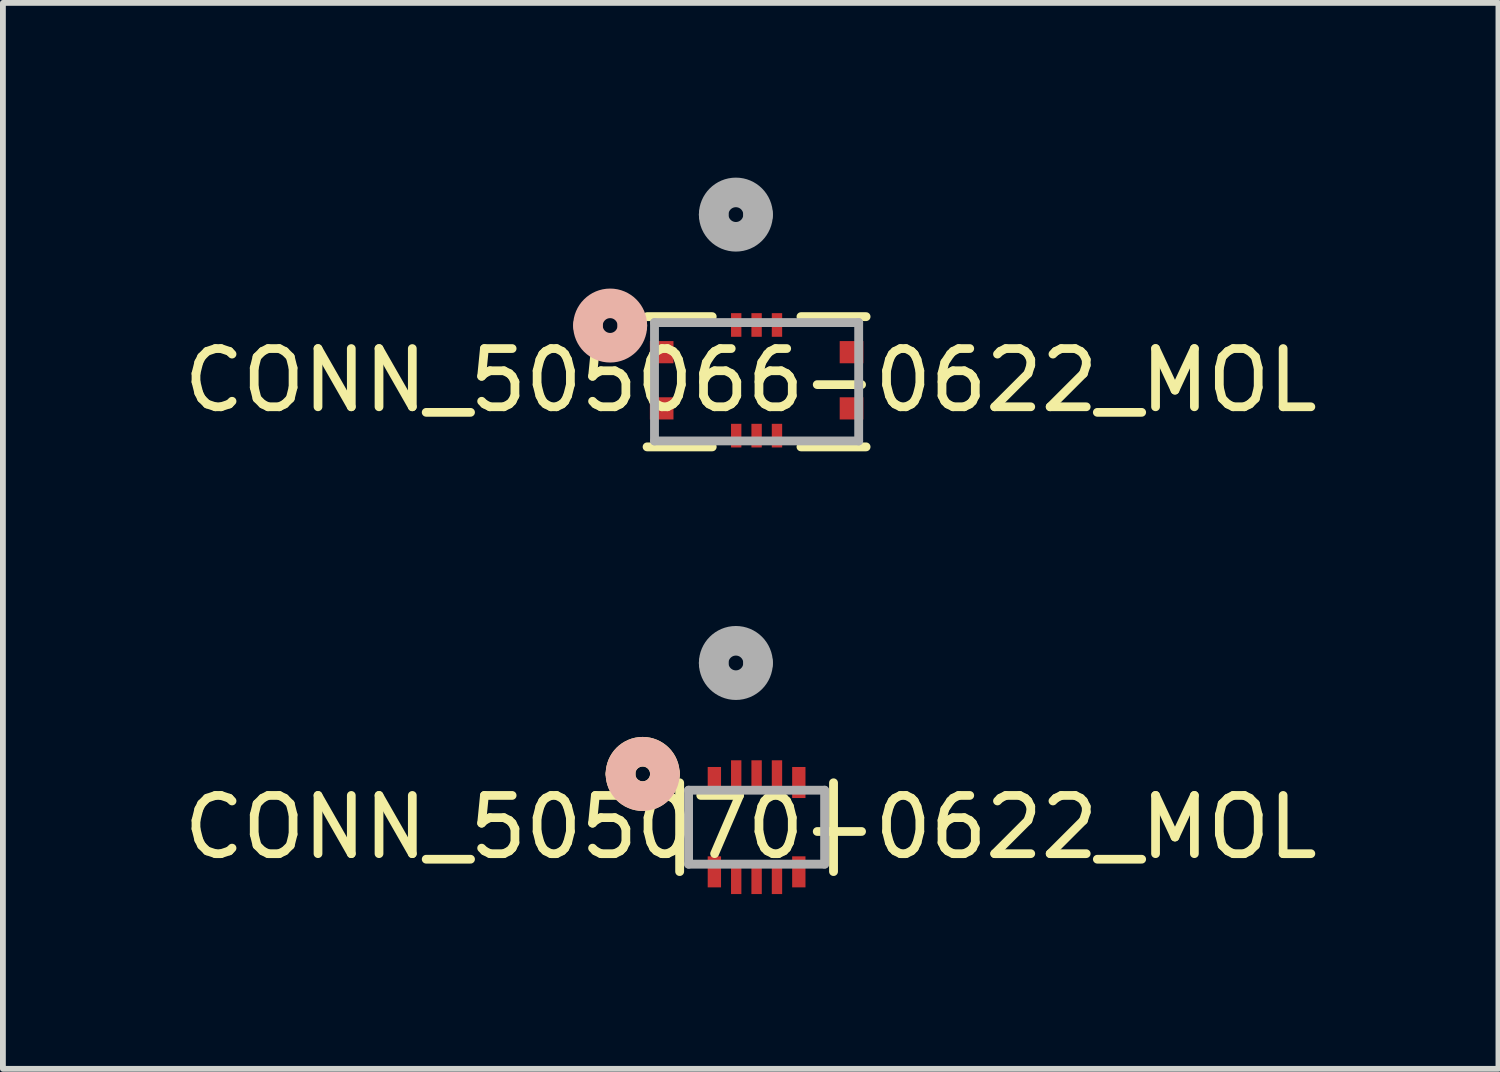
<source format=kicad_pcb>
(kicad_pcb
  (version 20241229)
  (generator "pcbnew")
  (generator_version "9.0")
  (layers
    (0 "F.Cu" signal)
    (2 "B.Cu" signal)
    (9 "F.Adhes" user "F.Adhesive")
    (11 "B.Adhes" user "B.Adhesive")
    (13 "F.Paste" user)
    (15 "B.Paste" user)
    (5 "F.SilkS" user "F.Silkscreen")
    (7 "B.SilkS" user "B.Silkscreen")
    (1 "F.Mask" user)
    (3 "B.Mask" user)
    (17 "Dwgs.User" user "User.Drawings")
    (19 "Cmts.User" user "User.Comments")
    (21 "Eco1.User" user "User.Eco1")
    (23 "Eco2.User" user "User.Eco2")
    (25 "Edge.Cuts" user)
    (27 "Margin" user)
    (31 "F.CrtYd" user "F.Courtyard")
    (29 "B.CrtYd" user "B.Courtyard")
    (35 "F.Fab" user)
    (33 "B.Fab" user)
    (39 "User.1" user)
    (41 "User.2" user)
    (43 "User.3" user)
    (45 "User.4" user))
  (footprint "CONN_505066-0622_MOL"
    (layer "F.Cu")
    (at 9.941 3.505)
    (property "Reference" "CONN_505066-0622_MOL" (at -0.102 -0.025 0) (layer "F.SilkS") (effects (font (size 1 1) (thickness 0.15))))
    (attr smd)
    (fp_line (start -1.88 1.118) (end -0.762 1.118) (stroke (width 0.152) (type solid)) (layer "F.SilkS"))
    (fp_line (start -0.762 -1.118) (end -1.88 -1.118) (stroke (width 0.152) (type solid)) (layer "F.SilkS"))
    (fp_line (start 0.762 1.118) (end 1.88 1.118) (stroke (width 0.152) (type solid)) (layer "F.SilkS"))
    (fp_line (start 1.88 -1.118) (end 0.762 -1.118) (stroke (width 0.152) (type solid)) (layer "F.SilkS"))
    (fp_arc (start -2.3368 -0.635) (mid -2.859318 -1.101374) (end -2.159 -1.0922) (stroke (width 0.1524) (type solid)) (layer "F.SilkS"))
    (fp_arc (start -2.8956 -0.9652) (mid -2.5146 -1.3462) (end -2.1336 -0.9652) (stroke (width 0.508) (type solid)) (layer "B.SilkS"))
    (fp_arc (start -2.1336 -0.9652) (mid -2.5146 -0.5842) (end -2.8956 -0.9652) (stroke (width 0.508) (type solid)) (layer "B.SilkS"))
    (fp_line (start -1.753 -1.016) (end -1.753 1.016) (stroke (width 0.152) (type solid)) (layer "F.Fab"))
    (fp_line (start -1.753 1.016) (end 1.753 1.016) (stroke (width 0.152) (type solid)) (layer "F.Fab"))
    (fp_line (start 1.753 -1.016) (end -1.753 -1.016) (stroke (width 0.152) (type solid)) (layer "F.Fab"))
    (fp_line (start 1.753 1.016) (end 1.753 -1.016) (stroke (width 0.152) (type solid)) (layer "F.Fab"))
    (fp_arc (start -0.7366 -2.8702) (mid -0.3556 -3.2512) (end 0.0254 -2.8702) (stroke (width 0.508) (type solid)) (layer "F.Fab"))
    (fp_arc (start 0.0254 -2.8702) (mid -0.3556 -2.4892) (end -0.7366 -2.8702) (stroke (width 0.508) (type solid)) (layer "F.Fab"))
    (pad "1" smd rect (at -0.35 -0.975) (size 0.178 0.406) (layers "F.Cu" "F.Mask" "F.Paste"))
    (pad "2" smd rect (at -0.35 0.925) (size 0.178 0.406) (layers "F.Cu" "F.Mask" "F.Paste"))
    (pad "3" smd rect (at 0 -0.975) (size 0.178 0.406) (layers "F.Cu" "F.Mask" "F.Paste"))
    (pad "4" smd rect (at 0 0.925) (size 0.178 0.406) (layers "F.Cu" "F.Mask" "F.Paste"))
    (pad "5" smd rect (at 0.35 -0.975) (size 0.178 0.406) (layers "F.Cu" "F.Mask" "F.Paste"))
    (pad "6" smd rect (at 0.35 0.925) (size 0.178 0.406) (layers "F.Cu" "F.Mask" "F.Paste"))
    (pad "7" smd rect (at -1.63 -0.508) (size 0.406 0.381) (layers "F.Cu" "F.Mask" "F.Paste"))
    (pad "8" smd rect (at 1.63 -0.508) (size 0.406 0.381) (layers "F.Cu" "F.Mask" "F.Paste"))
    (pad "9" smd rect (at -1.63 0.457) (size 0.406 0.381) (layers "F.Cu" "F.Mask" "F.Paste"))
    (pad "10" smd rect (at 1.63 0.457) (size 0.406 0.381) (layers "F.Cu" "F.Mask" "F.Paste")))
  (footprint "CONN_505070-0622_MOL"
    (layer "F.Cu")
    (at 9.941 11.153)
    (property "Reference" "CONN_505070-0622_MOL" (at -0.102 0 0) (layer "F.SilkS") (effects (font (size 1 1) (thickness 0.15))))
    (attr smd)
    (fp_line (start -1.321 -0.762) (end -1.321 0.762) (stroke (width 0.152) (type solid)) (layer "F.SilkS"))
    (fp_line (start 1.321 0.762) (end 1.321 -0.762) (stroke (width 0.152) (type solid)) (layer "F.SilkS"))
    (fp_arc (start -2.3368 -0.9144) (mid -1.9558 -1.2954) (end -1.5748 -0.9144) (stroke (width 0.508) (type solid)) (layer "F.SilkS"))
    (fp_arc (start -1.5748 -0.9144) (mid -1.9558 -0.5334) (end -2.3368 -0.9144) (stroke (width 0.508) (type solid)) (layer "F.SilkS"))
    (fp_arc (start -2.3368 -0.9144) (mid -1.9558 -1.2954) (end -1.5748 -0.9144) (stroke (width 0.508) (type solid)) (layer "B.SilkS"))
    (fp_arc (start -1.5748 -0.9144) (mid -1.9558 -0.5334) (end -2.3368 -0.9144) (stroke (width 0.508) (type solid)) (layer "B.SilkS"))
    (fp_line (start -1.168 -0.635) (end -1.168 0.635) (stroke (width 0.152) (type solid)) (layer "F.Fab"))
    (fp_line (start -1.168 0.635) (end 1.168 0.635) (stroke (width 0.152) (type solid)) (layer "F.Fab"))
    (fp_line (start 1.168 -0.635) (end -1.168 -0.635) (stroke (width 0.152) (type solid)) (layer "F.Fab"))
    (fp_line (start 1.168 0.635) (end 1.168 -0.635) (stroke (width 0.152) (type solid)) (layer "F.Fab"))
    (fp_arc (start -0.7366 -2.8194) (mid -0.3556 -3.2004) (end 0.0254 -2.8194) (stroke (width 0.508) (type solid)) (layer "F.Fab"))
    (fp_arc (start 0.0254 -2.8194) (mid -0.3556 -2.4384) (end -0.7366 -2.8194) (stroke (width 0.508) (type solid)) (layer "F.Fab"))
    (pad "1" smd rect (at -0.35 -0.907) (size 0.178 0.483) (layers "F.Cu" "F.Mask" "F.Paste"))
    (pad "2" smd rect (at -0.35 0.907) (size 0.178 0.483) (layers "F.Cu" "F.Mask" "F.Paste"))
    (pad "3" smd rect (at 0 -0.907) (size 0.178 0.483) (layers "F.Cu" "F.Mask" "F.Paste"))
    (pad "4" smd rect (at 0 0.907) (size 0.178 0.483) (layers "F.Cu" "F.Mask" "F.Paste"))
    (pad "5" smd rect (at 0.35 -0.907) (size 0.178 0.483) (layers "F.Cu" "F.Mask" "F.Paste"))
    (pad "6" smd rect (at 0.35 0.907) (size 0.178 0.483) (layers "F.Cu" "F.Mask" "F.Paste"))
    (pad "7" smd rect (at -0.725 -0.767) (size 0.229 0.533) (layers "F.Cu" "F.Mask" "F.Paste"))
    (pad "8" smd rect (at 0.725 -0.767) (size 0.229 0.533) (layers "F.Cu" "F.Mask" "F.Paste"))
    (pad "9" smd rect (at -0.725 0.767) (size 0.229 0.533) (layers "F.Cu" "F.Mask" "F.Paste"))
    (pad "10" smd rect (at 0.725 0.767) (size 0.229 0.533) (layers "F.Cu" "F.Mask" "F.Paste")))
  (gr_rect
    (start -3 -3)
    (end 22.679 15.302)
    (stroke (width 0.1) (type default))
    (fill no)
    (layer "Edge.Cuts")))
</source>
